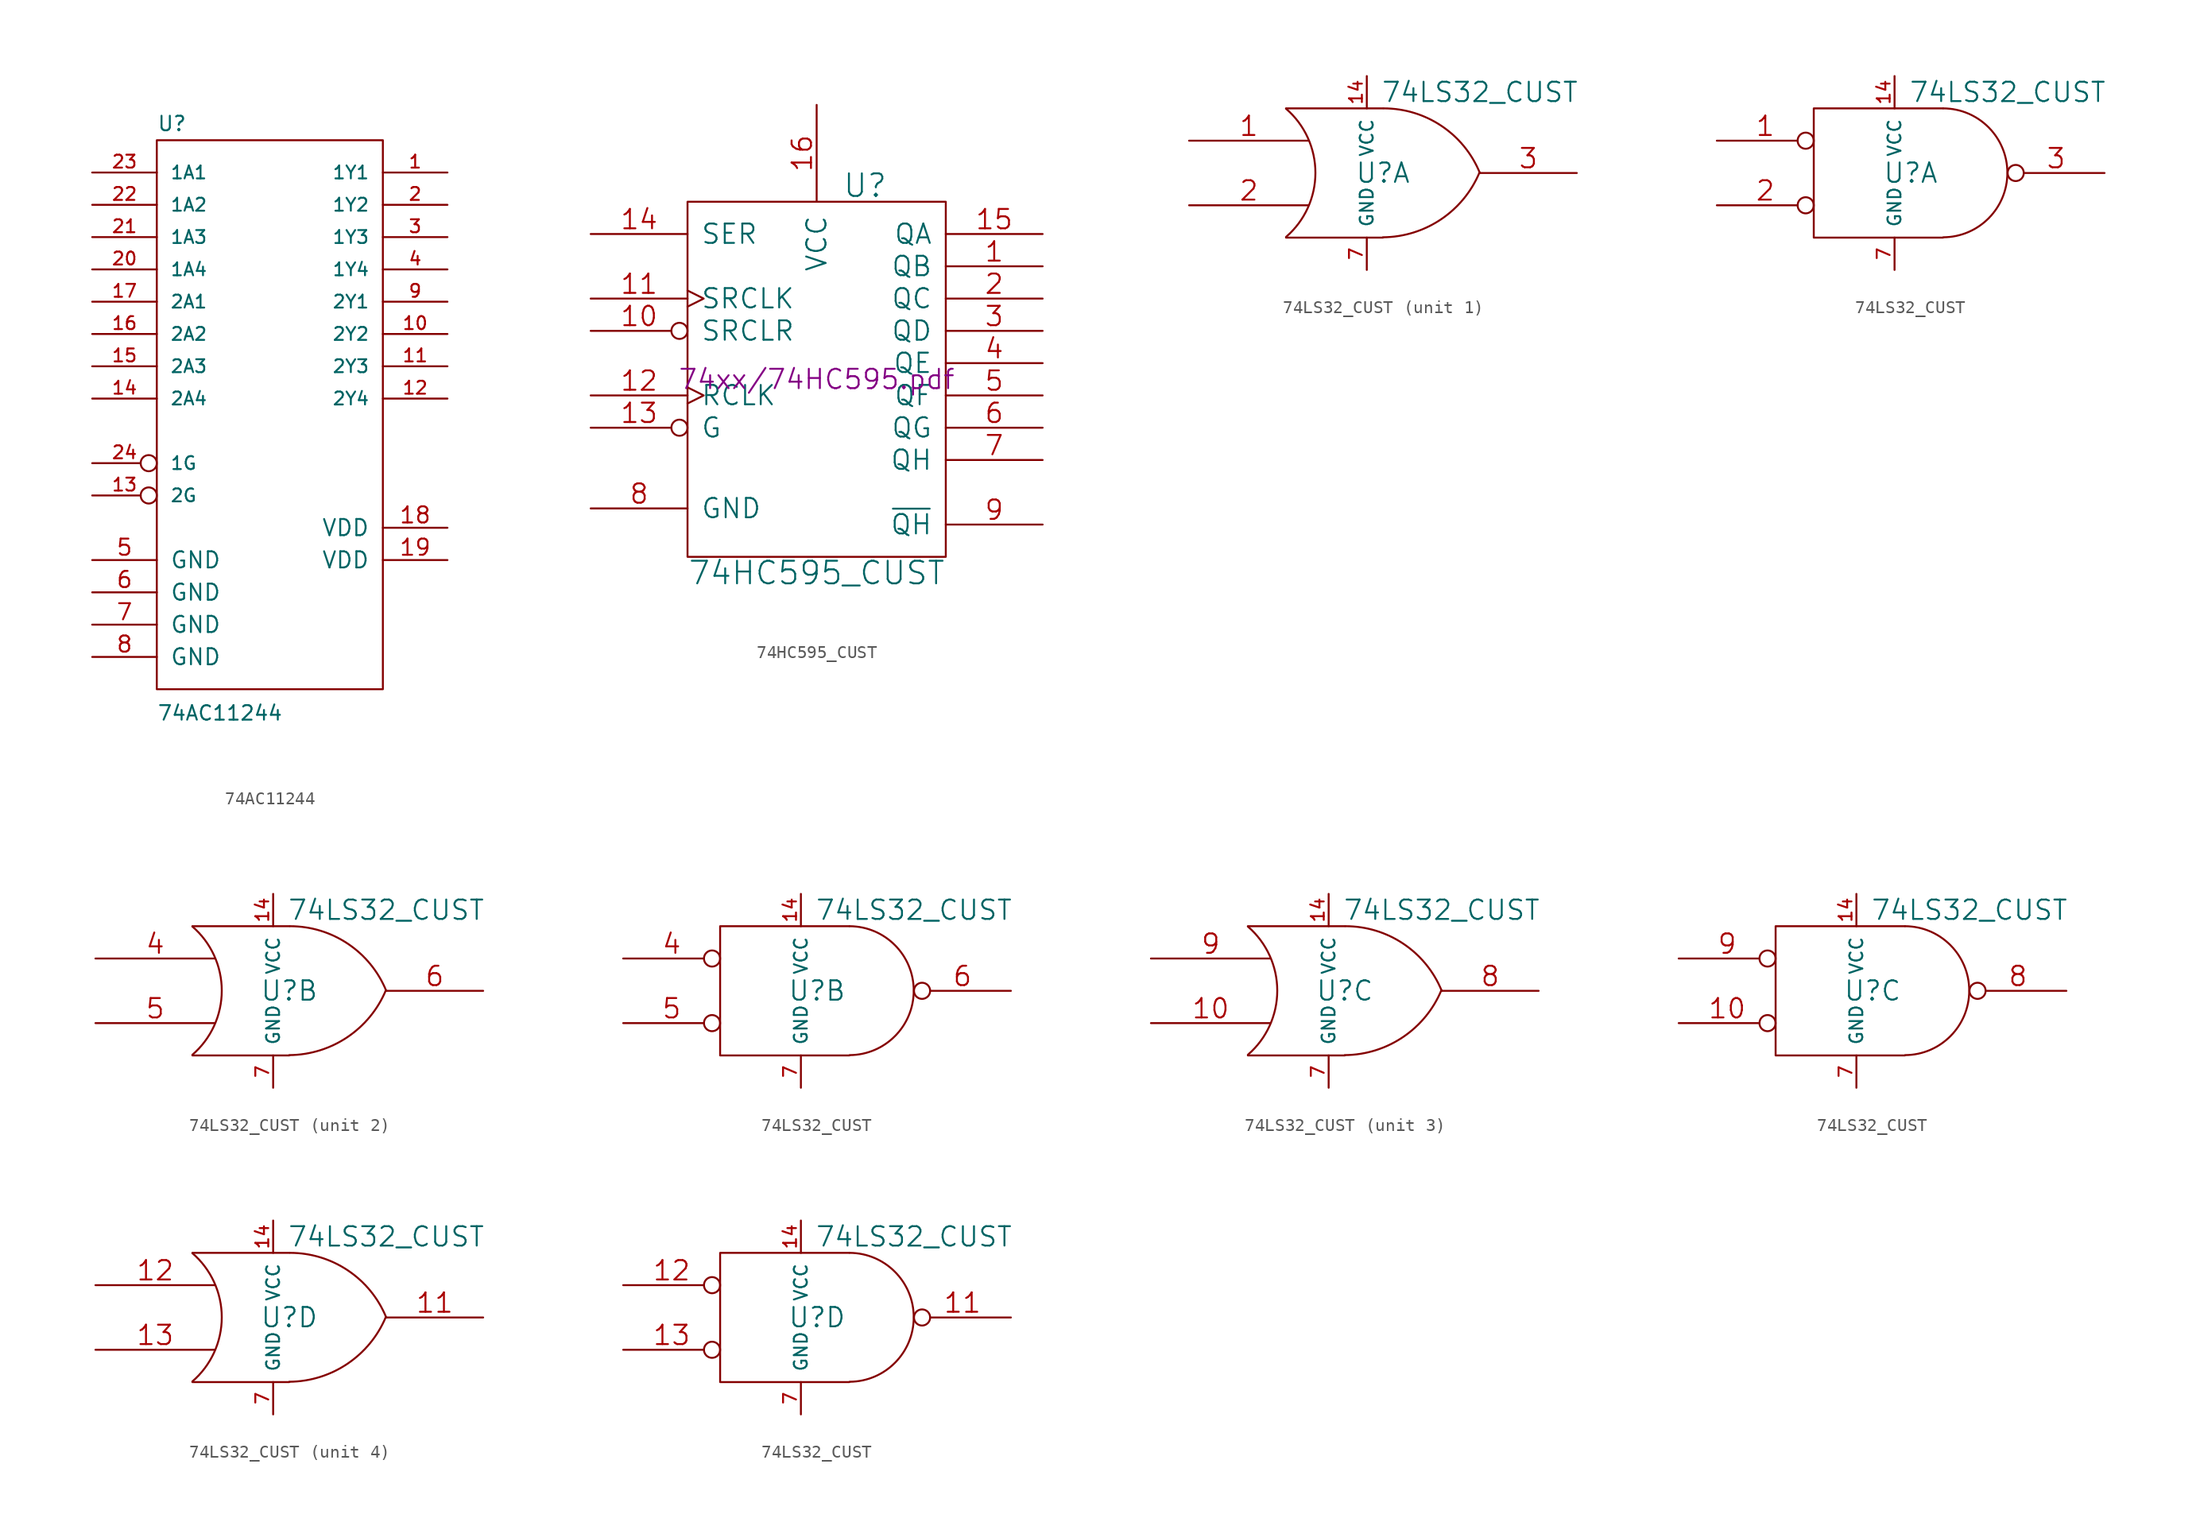
<source format=kicad_sym>
(kicad_symbol_lib
  (version 20211014)
  (generator kicad_symbol_editor)
  (symbol "74AC11244"
    (pin_names
      (offset 1.016))
    (property "Reference" "U"
      (at -10.16 20.955 0)
      (effects (font (size 1.143 1.143)) (justify left bottom)))
    (property "Value" "74AC11244"
      (at -10.16 -25.4 0)
      (effects (font (size 1.143 1.143)) (justify left bottom)))
    (symbol "74AC11244_0_1"
      (rectangle (start -10.16 20.32) (end 7.62 -22.86) (stroke (width 0) (type default) (color 0 0 0 0)) (fill (type none))))
    (symbol "74AC11244_1_1"
      (pin tri_state line (at 12.7 17.78 180) (length 5.08) (name "1Y1" (effects (font (size 1.016 1.016)))) (number "1" (effects (font (size 1.016 1.016)))))
      (pin tri_state line (at 12.7 5.08 180) (length 5.08) (name "2Y2" (effects (font (size 1.016 1.016)))) (number "10" (effects (font (size 1.016 1.016)))))
      (pin tri_state line (at 12.7 2.54 180) (length 5.08) (name "2Y3" (effects (font (size 1.016 1.016)))) (number "11" (effects (font (size 1.016 1.016)))))
      (pin tri_state line (at 12.7 0 180) (length 5.08) (name "2Y4" (effects (font (size 1.016 1.016)))) (number "12" (effects (font (size 1.016 1.016)))))
      (pin input inverted (at -15.24 -7.62 0) (length 5.08) (name "2G" (effects (font (size 1.016 1.016)))) (number "13" (effects (font (size 1.016 1.016)))))
      (pin input line (at -15.24 0 0) (length 5.08) (name "2A4" (effects (font (size 1.016 1.016)))) (number "14" (effects (font (size 1.016 1.016)))))
      (pin input line (at -15.24 2.54 0) (length 5.08) (name "2A3" (effects (font (size 1.016 1.016)))) (number "15" (effects (font (size 1.016 1.016)))))
      (pin input line (at -15.24 5.08 0) (length 5.08) (name "2A2" (effects (font (size 1.016 1.016)))) (number "16" (effects (font (size 1.016 1.016)))))
      (pin input line (at -15.24 7.62 0) (length 5.08) (name "2A1" (effects (font (size 1.016 1.016)))) (number "17" (effects (font (size 1.016 1.016)))))
      (pin power_in line (at 12.7 -10.16 180) (length 5.08) (name "VDD" (effects (font (size 1.27 1.27)))) (number "18" (effects (font (size 1.27 1.27)))))
      (pin power_in line (at 12.7 -12.7 180) (length 5.08) (name "VDD" (effects (font (size 1.27 1.27)))) (number "19" (effects (font (size 1.27 1.27)))))
      (pin tri_state line (at 12.7 15.24 180) (length 5.08) (name "1Y2" (effects (font (size 1.016 1.016)))) (number "2" (effects (font (size 1.016 1.016)))))
      (pin input line (at -15.24 10.16 0) (length 5.08) (name "1A4" (effects (font (size 1.016 1.016)))) (number "20" (effects (font (size 1.016 1.016)))))
      (pin input line (at -15.24 12.7 0) (length 5.08) (name "1A3" (effects (font (size 1.016 1.016)))) (number "21" (effects (font (size 1.016 1.016)))))
      (pin input line (at -15.24 15.24 0) (length 5.08) (name "1A2" (effects (font (size 1.016 1.016)))) (number "22" (effects (font (size 1.016 1.016)))))
      (pin input line (at -15.24 17.78 0) (length 5.08) (name "1A1" (effects (font (size 1.016 1.016)))) (number "23" (effects (font (size 1.016 1.016)))))
      (pin input inverted (at -15.24 -5.08 0) (length 5.08) (name "1G" (effects (font (size 1.016 1.016)))) (number "24" (effects (font (size 1.016 1.016)))))
      (pin tri_state line (at 12.7 12.7 180) (length 5.08) (name "1Y3" (effects (font (size 1.016 1.016)))) (number "3" (effects (font (size 1.016 1.016)))))
      (pin tri_state line (at 12.7 10.16 180) (length 5.08) (name "1Y4" (effects (font (size 1.016 1.016)))) (number "4" (effects (font (size 1.016 1.016)))))
      (pin power_out line (at -15.24 -12.7 0) (length 5.08) (name "GND" (effects (font (size 1.27 1.27)))) (number "5" (effects (font (size 1.27 1.27)))))
      (pin power_out line (at -15.24 -15.24 0) (length 5.08) (name "GND" (effects (font (size 1.27 1.27)))) (number "6" (effects (font (size 1.27 1.27)))))
      (pin power_out line (at -15.24 -17.78 0) (length 5.08) (name "GND" (effects (font (size 1.27 1.27)))) (number "7" (effects (font (size 1.27 1.27)))))
      (pin power_out line (at -15.24 -20.32 0) (length 5.08) (name "GND" (effects (font (size 1.27 1.27)))) (number "8" (effects (font (size 1.27 1.27)))))
      (pin tri_state line (at 12.7 7.62 180) (length 5.08) (name "2Y1" (effects (font (size 1.016 1.016)))) (number "9" (effects (font (size 1.016 1.016)))))))
  (symbol "74HC595_CUST"
    (pin_names
      (offset 1.016))
    (property "Reference" "U"
      (at 3.81 15.24 0)
      (effects (font (size 1.778 1.778))))
    (property "Value" "74HC595_CUST"
      (at 0 -15.24 0)
      (effects (font (size 1.778 1.778))))
    (property "Footprint" ""
      (at 0 0 0)
      (effects (font (size 1.524 1.524))))
    (property "Datasheet" "74xx/74HC595.pdf"
      (at 0 0 0)
      (effects (font (size 1.524 1.524))))
    (symbol "74HC595_CUST_0_1"
      (rectangle (start -10.16 -13.97) (end 10.16 13.97) (stroke (width 0) (type default) (color 0 0 0 0)) (fill (type none))))
    (symbol "74HC595_CUST_1_1"
      (pin tri_state line (at 17.78 8.89 180) (length 7.62) (name "QB" (effects (font (size 1.524 1.524)))) (number "1" (effects (font (size 1.524 1.524)))))
      (pin input inverted (at -17.78 3.81 0) (length 7.62) (name "SRCLR" (effects (font (size 1.524 1.524)))) (number "10" (effects (font (size 1.524 1.524)))))
      (pin input clock (at -17.78 6.35 0) (length 7.62) (name "SRCLK" (effects (font (size 1.524 1.524)))) (number "11" (effects (font (size 1.524 1.524)))))
      (pin input clock (at -17.78 -1.27 0) (length 7.62) (name "RCLK" (effects (font (size 1.524 1.524)))) (number "12" (effects (font (size 1.524 1.524)))))
      (pin input inverted (at -17.78 -3.81 0) (length 7.62) (name "G" (effects (font (size 1.524 1.524)))) (number "13" (effects (font (size 1.524 1.524)))))
      (pin input line (at -17.78 11.43 0) (length 7.62) (name "SER" (effects (font (size 1.524 1.524)))) (number "14" (effects (font (size 1.524 1.524)))))
      (pin tri_state line (at 17.78 11.43 180) (length 7.62) (name "QA" (effects (font (size 1.524 1.524)))) (number "15" (effects (font (size 1.524 1.524)))))
      (pin power_in line (at 0 21.59 270) (length 7.62) (name "VCC" (effects (font (size 1.524 1.524)))) (number "16" (effects (font (size 1.524 1.524)))))
      (pin tri_state line (at 17.78 6.35 180) (length 7.62) (name "QC" (effects (font (size 1.524 1.524)))) (number "2" (effects (font (size 1.524 1.524)))))
      (pin tri_state line (at 17.78 3.81 180) (length 7.62) (name "QD" (effects (font (size 1.524 1.524)))) (number "3" (effects (font (size 1.524 1.524)))))
      (pin tri_state line (at 17.78 1.27 180) (length 7.62) (name "QE" (effects (font (size 1.524 1.524)))) (number "4" (effects (font (size 1.524 1.524)))))
      (pin tri_state line (at 17.78 -1.27 180) (length 7.62) (name "QF" (effects (font (size 1.524 1.524)))) (number "5" (effects (font (size 1.524 1.524)))))
      (pin tri_state line (at 17.78 -3.81 180) (length 7.62) (name "QG" (effects (font (size 1.524 1.524)))) (number "6" (effects (font (size 1.524 1.524)))))
      (pin tri_state line (at 17.78 -6.35 180) (length 7.62) (name "QH" (effects (font (size 1.524 1.524)))) (number "7" (effects (font (size 1.524 1.524)))))
      (pin power_in line (at -17.78 -10.16 0) (length 7.62) (name "GND" (effects (font (size 1.524 1.524)))) (number "8" (effects (font (size 1.524 1.524)))))
      (pin output line (at 17.78 -11.43 180) (length 7.62) (name "~{QH}" (effects (font (size 1.524 1.524)))) (number "9" (effects (font (size 1.524 1.524)))))))
  (symbol "74LS32_CUST"
    (pin_names
      (offset 0.762))
    (property "Reference" "U"
      (at 0 0 0)
      (effects (font (size 1.524 1.524))))
    (property "Value" "74LS32_CUST"
      (at 7.62 6.35 0)
      (effects (font (size 1.524 1.524))))
    (property "Footprint" ""
      (at 0 0 0)
      (effects (font (size 1.524 1.524))))
    (property "Datasheet" ""
      (at 0 0 0)
      (effects (font (size 1.524 1.524))))
    (symbol "74LS32_CUST_0_0"
      (pin power_in line (at -1.27 7.62 270) (length 2.54) (name "VCC" (effects (font (size 1.016 1.016)))) (number "14" (effects (font (size 1.016 1.016)))))
      (pin power_in line (at -1.27 -7.62 90) (length 2.54) (name "GND" (effects (font (size 1.016 1.016)))) (number "7" (effects (font (size 1.016 1.016))))))
    (symbol "74LS32_CUST_0_1"
      (arc (start -7.62 -5.0292) (mid -5.3094 0.0082) (end -7.62 5.0546) (stroke (width 0) (type default) (color 0 0 0 0)) (fill (type none)))
      (arc (start 0 -5.0546) (mid 4.5632 -3.6449) (end 7.5946 0.0508) (stroke (width 0) (type default) (color 0 0 0 0)) (fill (type none)))
      (polyline (pts (xy -7.62 -5.08) (xy 0 -5.08)) (stroke (width 0) (type default) (color 0 0 0 0)) (fill (type none)))
      (polyline (pts (xy -7.62 5.08) (xy 0 5.08)) (stroke (width 0) (type default) (color 0 0 0 0)) (fill (type none)))
      (arc (start 7.62 0) (mid 4.6132 3.6946) (end 0.0508 5.08) (stroke (width 0) (type default) (color 0 0 0 0)) (fill (type none))))
    (symbol "74LS32_CUST_0_2"
      (polyline (pts (xy 2.54 5.08) (xy -7.62 5.08) (xy -7.62 -5.08) (xy 2.54 -5.08)) (stroke (width 0) (type default) (color 0 0 0 0)) (fill (type none)))
      (arc (start 2.5654 -5.0546) (mid 7.5947 0.0001) (end 2.5654 5.08) (stroke (width 0) (type default) (color 0 0 0 0)) (fill (type none))))
    (symbol "74LS32_CUST_1_1"
      (pin input line (at -15.24 2.54 0) (length 9.398) (name "~" (effects (font (size 1.524 1.524)))) (number "1" (effects (font (size 1.524 1.524)))))
      (pin input line (at -15.24 -2.54 0) (length 9.398) (name "~" (effects (font (size 1.524 1.524)))) (number "2" (effects (font (size 1.524 1.524)))))
      (pin output line (at 15.24 0 180) (length 7.62) (name "~" (effects (font (size 1.524 1.524)))) (number "3" (effects (font (size 1.524 1.524))))))
    (symbol "74LS32_CUST_1_2"
      (pin input inverted (at -15.24 2.54 0) (length 7.62) (name "~" (effects (font (size 1.524 1.524)))) (number "1" (effects (font (size 1.524 1.524)))))
      (pin input inverted (at -15.24 -2.54 0) (length 7.62) (name "~" (effects (font (size 1.524 1.524)))) (number "2" (effects (font (size 1.524 1.524)))))
      (pin output inverted (at 15.24 0 180) (length 7.62) (name "~" (effects (font (size 1.524 1.524)))) (number "3" (effects (font (size 1.524 1.524))))))
    (symbol "74LS32_CUST_2_1"
      (pin input line (at -15.24 2.54 0) (length 9.398) (name "~" (effects (font (size 1.524 1.524)))) (number "4" (effects (font (size 1.524 1.524)))))
      (pin input line (at -15.24 -2.54 0) (length 9.398) (name "~" (effects (font (size 1.524 1.524)))) (number "5" (effects (font (size 1.524 1.524)))))
      (pin output line (at 15.24 0 180) (length 7.62) (name "~" (effects (font (size 1.524 1.524)))) (number "6" (effects (font (size 1.524 1.524))))))
    (symbol "74LS32_CUST_2_2"
      (pin input inverted (at -15.24 2.54 0) (length 7.62) (name "~" (effects (font (size 1.524 1.524)))) (number "4" (effects (font (size 1.524 1.524)))))
      (pin input inverted (at -15.24 -2.54 0) (length 7.62) (name "~" (effects (font (size 1.524 1.524)))) (number "5" (effects (font (size 1.524 1.524)))))
      (pin output inverted (at 15.24 0 180) (length 7.62) (name "~" (effects (font (size 1.524 1.524)))) (number "6" (effects (font (size 1.524 1.524))))))
    (symbol "74LS32_CUST_3_1"
      (pin input line (at -15.24 -2.54 0) (length 9.398) (name "~" (effects (font (size 1.524 1.524)))) (number "10" (effects (font (size 1.524 1.524)))))
      (pin output line (at 15.24 0 180) (length 7.62) (name "~" (effects (font (size 1.524 1.524)))) (number "8" (effects (font (size 1.524 1.524)))))
      (pin input line (at -15.24 2.54 0) (length 9.398) (name "~" (effects (font (size 1.524 1.524)))) (number "9" (effects (font (size 1.524 1.524))))))
    (symbol "74LS32_CUST_3_2"
      (pin input inverted (at -15.24 -2.54 0) (length 7.62) (name "~" (effects (font (size 1.524 1.524)))) (number "10" (effects (font (size 1.524 1.524)))))
      (pin output inverted (at 15.24 0 180) (length 7.62) (name "~" (effects (font (size 1.524 1.524)))) (number "8" (effects (font (size 1.524 1.524)))))
      (pin input inverted (at -15.24 2.54 0) (length 7.62) (name "~" (effects (font (size 1.524 1.524)))) (number "9" (effects (font (size 1.524 1.524))))))
    (symbol "74LS32_CUST_4_1"
      (pin output line (at 15.24 0 180) (length 7.62) (name "~" (effects (font (size 1.524 1.524)))) (number "11" (effects (font (size 1.524 1.524)))))
      (pin input line (at -15.24 2.54 0) (length 9.398) (name "~" (effects (font (size 1.524 1.524)))) (number "12" (effects (font (size 1.524 1.524)))))
      (pin input line (at -15.24 -2.54 0) (length 9.398) (name "~" (effects (font (size 1.524 1.524)))) (number "13" (effects (font (size 1.524 1.524))))))
    (symbol "74LS32_CUST_4_2"
      (pin output inverted (at 15.24 0 180) (length 7.62) (name "~" (effects (font (size 1.524 1.524)))) (number "11" (effects (font (size 1.524 1.524)))))
      (pin input inverted (at -15.24 2.54 0) (length 7.62) (name "~" (effects (font (size 1.524 1.524)))) (number "12" (effects (font (size 1.524 1.524)))))
      (pin input inverted (at -15.24 -2.54 0) (length 7.62) (name "~" (effects (font (size 1.524 1.524)))) (number "13" (effects (font (size 1.524 1.524))))))))
</source>
